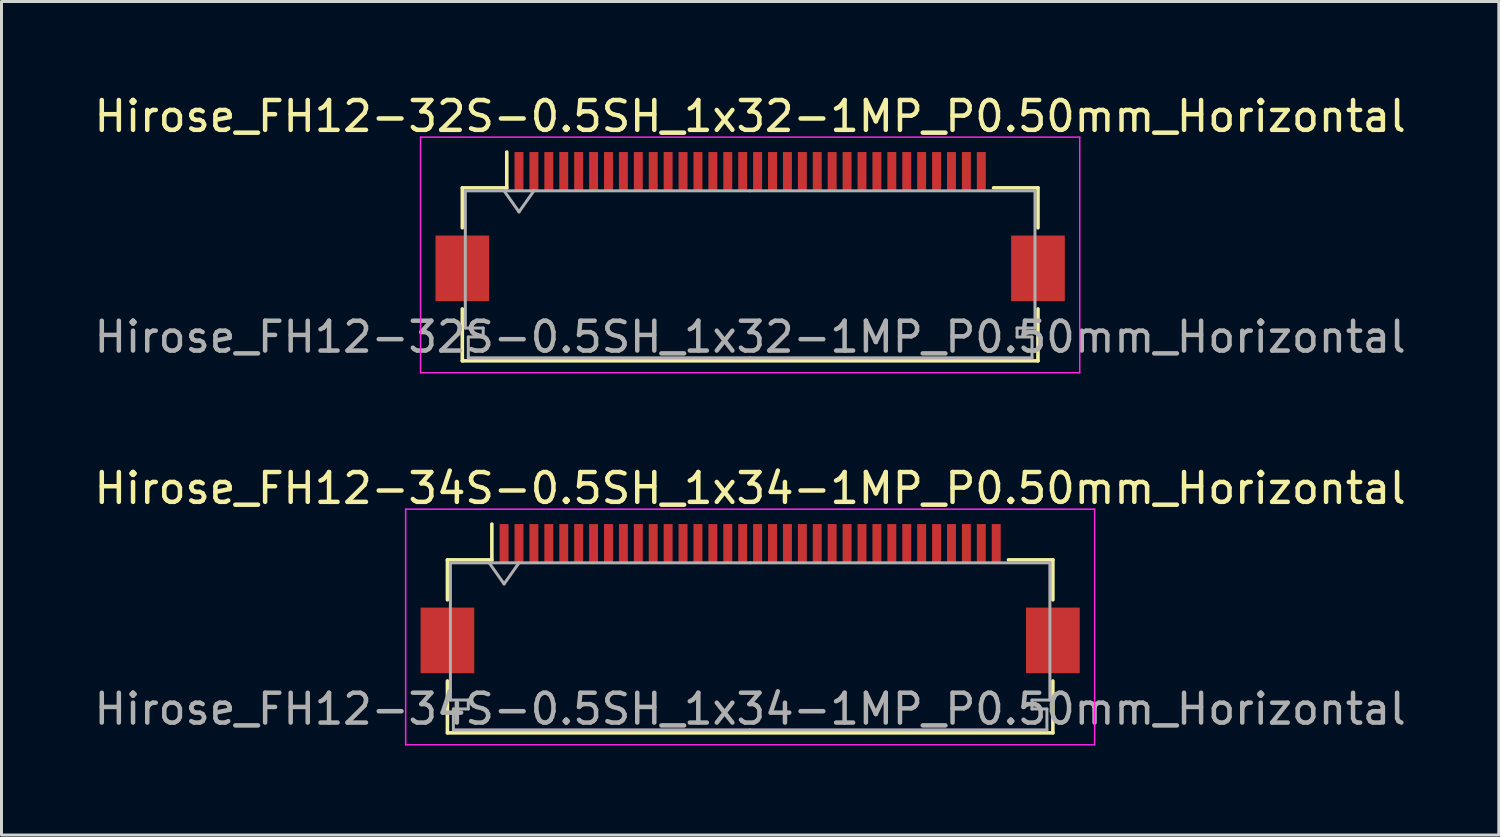
<source format=kicad_pcb>
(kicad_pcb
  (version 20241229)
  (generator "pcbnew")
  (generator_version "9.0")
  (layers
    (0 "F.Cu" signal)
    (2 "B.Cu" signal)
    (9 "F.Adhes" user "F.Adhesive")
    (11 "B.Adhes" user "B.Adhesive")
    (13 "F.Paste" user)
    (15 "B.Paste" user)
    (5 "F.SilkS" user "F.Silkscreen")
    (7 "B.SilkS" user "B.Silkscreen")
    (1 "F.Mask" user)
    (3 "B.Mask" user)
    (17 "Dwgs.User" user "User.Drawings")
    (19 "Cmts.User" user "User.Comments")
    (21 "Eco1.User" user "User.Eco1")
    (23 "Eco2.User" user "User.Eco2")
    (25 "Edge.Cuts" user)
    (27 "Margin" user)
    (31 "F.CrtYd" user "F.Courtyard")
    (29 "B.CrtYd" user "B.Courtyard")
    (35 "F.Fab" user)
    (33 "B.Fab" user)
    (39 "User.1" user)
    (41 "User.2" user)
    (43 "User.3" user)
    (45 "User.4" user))
  (footprint "Hirose_FH12-32S-0.5SH_1x32-1MP_P0.50mm_Horizontal"
    (layer "F.Cu")
    (at 22.101 4.548)
    (property "Reference" "Hirose_FH12-32S-0.5SH_1x32-1MP_P0.50mm_Horizontal" (at 0 -3.7 0) (layer "F.SilkS") (effects (font (size 1 1) (thickness 0.15))))
    (attr smd)
    (fp_line (start -9.65 -1.3) (end -9.65 0.04) (stroke (width 0.12) (type solid)) (layer "F.SilkS"))
    (fp_line (start -9.65 2.76) (end -9.65 4.5) (stroke (width 0.12) (type solid)) (layer "F.SilkS"))
    (fp_line (start -9.65 4.5) (end 9.65 4.5) (stroke (width 0.12) (type solid)) (layer "F.SilkS"))
    (fp_line (start -8.16 -1.3) (end -9.65 -1.3) (stroke (width 0.12) (type solid)) (layer "F.SilkS"))
    (fp_line (start -8.16 -1.3) (end -8.16 -2.5) (stroke (width 0.12) (type solid)) (layer "F.SilkS"))
    (fp_line (start 8.16 -1.3) (end 9.65 -1.3) (stroke (width 0.12) (type solid)) (layer "F.SilkS"))
    (fp_line (start 9.65 -1.3) (end 9.65 0.04) (stroke (width 0.12) (type solid)) (layer "F.SilkS"))
    (fp_line (start 9.65 4.5) (end 9.65 2.76) (stroke (width 0.12) (type solid)) (layer "F.SilkS"))
    (fp_line (start -11.05 -3) (end -11.05 4.9) (stroke (width 0.05) (type solid)) (layer "F.CrtYd"))
    (fp_line (start -11.05 4.9) (end 11.05 4.9) (stroke (width 0.05) (type solid)) (layer "F.CrtYd"))
    (fp_line (start 11.05 -3) (end -11.05 -3) (stroke (width 0.05) (type solid)) (layer "F.CrtYd"))
    (fp_line (start 11.05 4.9) (end 11.05 -3) (stroke (width 0.05) (type solid)) (layer "F.CrtYd"))
    (fp_line (start -9.55 -1.2) (end -9.55 3.4) (stroke (width 0.1) (type solid)) (layer "F.Fab"))
    (fp_line (start -9.55 3.4) (end -8.95 3.4) (stroke (width 0.1) (type solid)) (layer "F.Fab"))
    (fp_line (start -9.45 3.7) (end -9.45 4.4) (stroke (width 0.1) (type solid)) (layer "F.Fab"))
    (fp_line (start -9.45 4.4) (end 0 4.4) (stroke (width 0.1) (type solid)) (layer "F.Fab"))
    (fp_line (start -8.95 3.4) (end -8.95 3.7) (stroke (width 0.1) (type solid)) (layer "F.Fab"))
    (fp_line (start -8.95 3.7) (end -9.45 3.7) (stroke (width 0.1) (type solid)) (layer "F.Fab"))
    (fp_line (start -8.25 -1.2) (end -7.75 -0.493) (stroke (width 0.1) (type solid)) (layer "F.Fab"))
    (fp_line (start -7.75 -0.493) (end -7.25 -1.2) (stroke (width 0.1) (type solid)) (layer "F.Fab"))
    (fp_line (start 0 -1.2) (end -9.55 -1.2) (stroke (width 0.1) (type solid)) (layer "F.Fab"))
    (fp_line (start 0 -1.2) (end 9.55 -1.2) (stroke (width 0.1) (type solid)) (layer "F.Fab"))
    (fp_line (start 8.95 3.4) (end 8.95 3.7) (stroke (width 0.1) (type solid)) (layer "F.Fab"))
    (fp_line (start 8.95 3.7) (end 9.45 3.7) (stroke (width 0.1) (type solid)) (layer "F.Fab"))
    (fp_line (start 9.45 3.7) (end 9.45 4.4) (stroke (width 0.1) (type solid)) (layer "F.Fab"))
    (fp_line (start 9.45 4.4) (end 0 4.4) (stroke (width 0.1) (type solid)) (layer "F.Fab"))
    (fp_line (start 9.55 -1.2) (end 9.55 3.4) (stroke (width 0.1) (type solid)) (layer "F.Fab"))
    (fp_line (start 9.55 3.4) (end 8.95 3.4) (stroke (width 0.1) (type solid)) (layer "F.Fab"))
    (fp_text user "${REFERENCE}" (at 0 3.7 0) (layer "F.Fab") (effects (font (size 1 1) (thickness 0.15))))
    (pad "1" smd rect (at -7.75 -1.85) (size 0.3 1.3) (layers "F.Cu" "F.Mask" "F.Paste"))
    (pad "2" smd rect (at -7.25 -1.85) (size 0.3 1.3) (layers "F.Cu" "F.Mask" "F.Paste"))
    (pad "3" smd rect (at -6.75 -1.85) (size 0.3 1.3) (layers "F.Cu" "F.Mask" "F.Paste"))
    (pad "4" smd rect (at -6.25 -1.85) (size 0.3 1.3) (layers "F.Cu" "F.Mask" "F.Paste"))
    (pad "5" smd rect (at -5.75 -1.85) (size 0.3 1.3) (layers "F.Cu" "F.Mask" "F.Paste"))
    (pad "6" smd rect (at -5.25 -1.85) (size 0.3 1.3) (layers "F.Cu" "F.Mask" "F.Paste"))
    (pad "7" smd rect (at -4.75 -1.85) (size 0.3 1.3) (layers "F.Cu" "F.Mask" "F.Paste"))
    (pad "8" smd rect (at -4.25 -1.85) (size 0.3 1.3) (layers "F.Cu" "F.Mask" "F.Paste"))
    (pad "9" smd rect (at -3.75 -1.85) (size 0.3 1.3) (layers "F.Cu" "F.Mask" "F.Paste"))
    (pad "10" smd rect (at -3.25 -1.85) (size 0.3 1.3) (layers "F.Cu" "F.Mask" "F.Paste"))
    (pad "11" smd rect (at -2.75 -1.85) (size 0.3 1.3) (layers "F.Cu" "F.Mask" "F.Paste"))
    (pad "12" smd rect (at -2.25 -1.85) (size 0.3 1.3) (layers "F.Cu" "F.Mask" "F.Paste"))
    (pad "13" smd rect (at -1.75 -1.85) (size 0.3 1.3) (layers "F.Cu" "F.Mask" "F.Paste"))
    (pad "14" smd rect (at -1.25 -1.85) (size 0.3 1.3) (layers "F.Cu" "F.Mask" "F.Paste"))
    (pad "15" smd rect (at -0.75 -1.85) (size 0.3 1.3) (layers "F.Cu" "F.Mask" "F.Paste"))
    (pad "16" smd rect (at -0.25 -1.85) (size 0.3 1.3) (layers "F.Cu" "F.Mask" "F.Paste"))
    (pad "17" smd rect (at 0.25 -1.85) (size 0.3 1.3) (layers "F.Cu" "F.Mask" "F.Paste"))
    (pad "18" smd rect (at 0.75 -1.85) (size 0.3 1.3) (layers "F.Cu" "F.Mask" "F.Paste"))
    (pad "19" smd rect (at 1.25 -1.85) (size 0.3 1.3) (layers "F.Cu" "F.Mask" "F.Paste"))
    (pad "20" smd rect (at 1.75 -1.85) (size 0.3 1.3) (layers "F.Cu" "F.Mask" "F.Paste"))
    (pad "21" smd rect (at 2.25 -1.85) (size 0.3 1.3) (layers "F.Cu" "F.Mask" "F.Paste"))
    (pad "22" smd rect (at 2.75 -1.85) (size 0.3 1.3) (layers "F.Cu" "F.Mask" "F.Paste"))
    (pad "23" smd rect (at 3.25 -1.85) (size 0.3 1.3) (layers "F.Cu" "F.Mask" "F.Paste"))
    (pad "24" smd rect (at 3.75 -1.85) (size 0.3 1.3) (layers "F.Cu" "F.Mask" "F.Paste"))
    (pad "25" smd rect (at 4.25 -1.85) (size 0.3 1.3) (layers "F.Cu" "F.Mask" "F.Paste"))
    (pad "26" smd rect (at 4.75 -1.85) (size 0.3 1.3) (layers "F.Cu" "F.Mask" "F.Paste"))
    (pad "27" smd rect (at 5.25 -1.85) (size 0.3 1.3) (layers "F.Cu" "F.Mask" "F.Paste"))
    (pad "28" smd rect (at 5.75 -1.85) (size 0.3 1.3) (layers "F.Cu" "F.Mask" "F.Paste"))
    (pad "29" smd rect (at 6.25 -1.85) (size 0.3 1.3) (layers "F.Cu" "F.Mask" "F.Paste"))
    (pad "30" smd rect (at 6.75 -1.85) (size 0.3 1.3) (layers "F.Cu" "F.Mask" "F.Paste"))
    (pad "31" smd rect (at 7.25 -1.85) (size 0.3 1.3) (layers "F.Cu" "F.Mask" "F.Paste"))
    (pad "32" smd rect (at 7.75 -1.85) (size 0.3 1.3) (layers "F.Cu" "F.Mask" "F.Paste"))
    (pad "MP" smd rect (at -9.65 1.4) (size 1.8 2.2) (layers "F.Cu" "F.Mask" "F.Paste"))
    (pad "MP" smd rect (at 9.65 1.4) (size 1.8 2.2) (layers "F.Cu" "F.Mask" "F.Paste")))
  (footprint "Hirose_FH12-34S-0.5SH_1x34-1MP_P0.50mm_Horizontal"
    (layer "F.Cu")
    (at 22.101 17.021)
    (property "Reference" "Hirose_FH12-34S-0.5SH_1x34-1MP_P0.50mm_Horizontal" (at 0 -3.7 0) (layer "F.SilkS") (effects (font (size 1 1) (thickness 0.15))))
    (attr smd)
    (fp_line (start -10.15 -1.3) (end -10.15 0.04) (stroke (width 0.12) (type solid)) (layer "F.SilkS"))
    (fp_line (start -10.15 2.76) (end -10.15 4.5) (stroke (width 0.12) (type solid)) (layer "F.SilkS"))
    (fp_line (start -10.15 4.5) (end 10.15 4.5) (stroke (width 0.12) (type solid)) (layer "F.SilkS"))
    (fp_line (start -8.66 -1.3) (end -10.15 -1.3) (stroke (width 0.12) (type solid)) (layer "F.SilkS"))
    (fp_line (start -8.66 -1.3) (end -8.66 -2.5) (stroke (width 0.12) (type solid)) (layer "F.SilkS"))
    (fp_line (start 8.66 -1.3) (end 10.15 -1.3) (stroke (width 0.12) (type solid)) (layer "F.SilkS"))
    (fp_line (start 10.15 -1.3) (end 10.15 0.04) (stroke (width 0.12) (type solid)) (layer "F.SilkS"))
    (fp_line (start 10.15 4.5) (end 10.15 2.76) (stroke (width 0.12) (type solid)) (layer "F.SilkS"))
    (fp_line (start -11.55 -3) (end -11.55 4.9) (stroke (width 0.05) (type solid)) (layer "F.CrtYd"))
    (fp_line (start -11.55 4.9) (end 11.55 4.9) (stroke (width 0.05) (type solid)) (layer "F.CrtYd"))
    (fp_line (start 11.55 -3) (end -11.55 -3) (stroke (width 0.05) (type solid)) (layer "F.CrtYd"))
    (fp_line (start 11.55 4.9) (end 11.55 -3) (stroke (width 0.05) (type solid)) (layer "F.CrtYd"))
    (fp_line (start -10.05 -1.2) (end -10.05 3.4) (stroke (width 0.1) (type solid)) (layer "F.Fab"))
    (fp_line (start -10.05 3.4) (end -9.45 3.4) (stroke (width 0.1) (type solid)) (layer "F.Fab"))
    (fp_line (start -9.95 3.7) (end -9.95 4.4) (stroke (width 0.1) (type solid)) (layer "F.Fab"))
    (fp_line (start -9.95 4.4) (end 0 4.4) (stroke (width 0.1) (type solid)) (layer "F.Fab"))
    (fp_line (start -9.45 3.4) (end -9.45 3.7) (stroke (width 0.1) (type solid)) (layer "F.Fab"))
    (fp_line (start -9.45 3.7) (end -9.95 3.7) (stroke (width 0.1) (type solid)) (layer "F.Fab"))
    (fp_line (start -8.75 -1.2) (end -8.25 -0.493) (stroke (width 0.1) (type solid)) (layer "F.Fab"))
    (fp_line (start -8.25 -0.493) (end -7.75 -1.2) (stroke (width 0.1) (type solid)) (layer "F.Fab"))
    (fp_line (start 0 -1.2) (end -10.05 -1.2) (stroke (width 0.1) (type solid)) (layer "F.Fab"))
    (fp_line (start 0 -1.2) (end 10.05 -1.2) (stroke (width 0.1) (type solid)) (layer "F.Fab"))
    (fp_line (start 9.45 3.4) (end 9.45 3.7) (stroke (width 0.1) (type solid)) (layer "F.Fab"))
    (fp_line (start 9.45 3.7) (end 9.95 3.7) (stroke (width 0.1) (type solid)) (layer "F.Fab"))
    (fp_line (start 9.95 3.7) (end 9.95 4.4) (stroke (width 0.1) (type solid)) (layer "F.Fab"))
    (fp_line (start 9.95 4.4) (end 0 4.4) (stroke (width 0.1) (type solid)) (layer "F.Fab"))
    (fp_line (start 10.05 -1.2) (end 10.05 3.4) (stroke (width 0.1) (type solid)) (layer "F.Fab"))
    (fp_line (start 10.05 3.4) (end 9.45 3.4) (stroke (width 0.1) (type solid)) (layer "F.Fab"))
    (fp_text user "${REFERENCE}" (at 0 3.7 0) (layer "F.Fab") (effects (font (size 1 1) (thickness 0.15))))
    (pad "1" smd rect (at -8.25 -1.85) (size 0.3 1.3) (layers "F.Cu" "F.Mask" "F.Paste"))
    (pad "2" smd rect (at -7.75 -1.85) (size 0.3 1.3) (layers "F.Cu" "F.Mask" "F.Paste"))
    (pad "3" smd rect (at -7.25 -1.85) (size 0.3 1.3) (layers "F.Cu" "F.Mask" "F.Paste"))
    (pad "4" smd rect (at -6.75 -1.85) (size 0.3 1.3) (layers "F.Cu" "F.Mask" "F.Paste"))
    (pad "5" smd rect (at -6.25 -1.85) (size 0.3 1.3) (layers "F.Cu" "F.Mask" "F.Paste"))
    (pad "6" smd rect (at -5.75 -1.85) (size 0.3 1.3) (layers "F.Cu" "F.Mask" "F.Paste"))
    (pad "7" smd rect (at -5.25 -1.85) (size 0.3 1.3) (layers "F.Cu" "F.Mask" "F.Paste"))
    (pad "8" smd rect (at -4.75 -1.85) (size 0.3 1.3) (layers "F.Cu" "F.Mask" "F.Paste"))
    (pad "9" smd rect (at -4.25 -1.85) (size 0.3 1.3) (layers "F.Cu" "F.Mask" "F.Paste"))
    (pad "10" smd rect (at -3.75 -1.85) (size 0.3 1.3) (layers "F.Cu" "F.Mask" "F.Paste"))
    (pad "11" smd rect (at -3.25 -1.85) (size 0.3 1.3) (layers "F.Cu" "F.Mask" "F.Paste"))
    (pad "12" smd rect (at -2.75 -1.85) (size 0.3 1.3) (layers "F.Cu" "F.Mask" "F.Paste"))
    (pad "13" smd rect (at -2.25 -1.85) (size 0.3 1.3) (layers "F.Cu" "F.Mask" "F.Paste"))
    (pad "14" smd rect (at -1.75 -1.85) (size 0.3 1.3) (layers "F.Cu" "F.Mask" "F.Paste"))
    (pad "15" smd rect (at -1.25 -1.85) (size 0.3 1.3) (layers "F.Cu" "F.Mask" "F.Paste"))
    (pad "16" smd rect (at -0.75 -1.85) (size 0.3 1.3) (layers "F.Cu" "F.Mask" "F.Paste"))
    (pad "17" smd rect (at -0.25 -1.85) (size 0.3 1.3) (layers "F.Cu" "F.Mask" "F.Paste"))
    (pad "18" smd rect (at 0.25 -1.85) (size 0.3 1.3) (layers "F.Cu" "F.Mask" "F.Paste"))
    (pad "19" smd rect (at 0.75 -1.85) (size 0.3 1.3) (layers "F.Cu" "F.Mask" "F.Paste"))
    (pad "20" smd rect (at 1.25 -1.85) (size 0.3 1.3) (layers "F.Cu" "F.Mask" "F.Paste"))
    (pad "21" smd rect (at 1.75 -1.85) (size 0.3 1.3) (layers "F.Cu" "F.Mask" "F.Paste"))
    (pad "22" smd rect (at 2.25 -1.85) (size 0.3 1.3) (layers "F.Cu" "F.Mask" "F.Paste"))
    (pad "23" smd rect (at 2.75 -1.85) (size 0.3 1.3) (layers "F.Cu" "F.Mask" "F.Paste"))
    (pad "24" smd rect (at 3.25 -1.85) (size 0.3 1.3) (layers "F.Cu" "F.Mask" "F.Paste"))
    (pad "25" smd rect (at 3.75 -1.85) (size 0.3 1.3) (layers "F.Cu" "F.Mask" "F.Paste"))
    (pad "26" smd rect (at 4.25 -1.85) (size 0.3 1.3) (layers "F.Cu" "F.Mask" "F.Paste"))
    (pad "27" smd rect (at 4.75 -1.85) (size 0.3 1.3) (layers "F.Cu" "F.Mask" "F.Paste"))
    (pad "28" smd rect (at 5.25 -1.85) (size 0.3 1.3) (layers "F.Cu" "F.Mask" "F.Paste"))
    (pad "29" smd rect (at 5.75 -1.85) (size 0.3 1.3) (layers "F.Cu" "F.Mask" "F.Paste"))
    (pad "30" smd rect (at 6.25 -1.85) (size 0.3 1.3) (layers "F.Cu" "F.Mask" "F.Paste"))
    (pad "31" smd rect (at 6.75 -1.85) (size 0.3 1.3) (layers "F.Cu" "F.Mask" "F.Paste"))
    (pad "32" smd rect (at 7.25 -1.85) (size 0.3 1.3) (layers "F.Cu" "F.Mask" "F.Paste"))
    (pad "33" smd rect (at 7.75 -1.85) (size 0.3 1.3) (layers "F.Cu" "F.Mask" "F.Paste"))
    (pad "34" smd rect (at 8.25 -1.85) (size 0.3 1.3) (layers "F.Cu" "F.Mask" "F.Paste"))
    (pad "MP" smd rect (at -10.15 1.4) (size 1.8 2.2) (layers "F.Cu" "F.Mask" "F.Paste"))
    (pad "MP" smd rect (at 10.15 1.4) (size 1.8 2.2) (layers "F.Cu" "F.Mask" "F.Paste")))
  (gr_rect
    (start -3 -3)
    (end 47.202 24.947)
    (stroke (width 0.1) (type default))
    (fill no)
    (layer "Edge.Cuts")))
</source>
